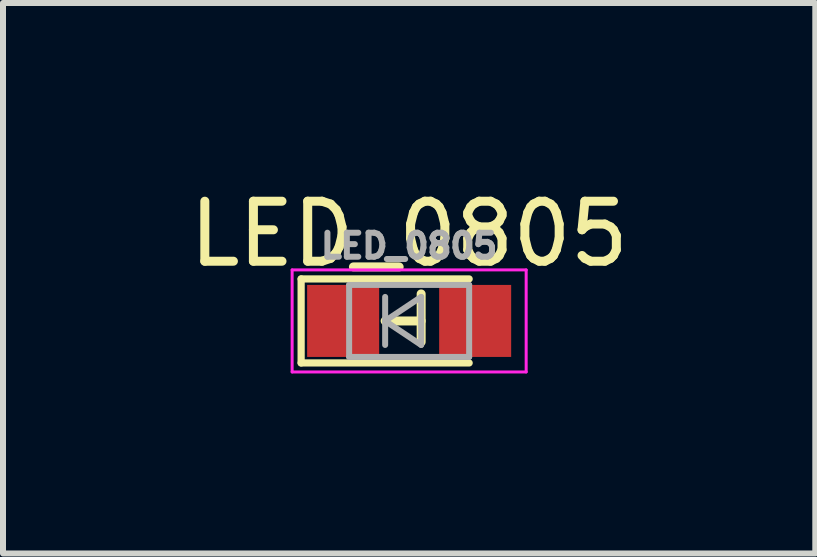
<source format=kicad_pcb>
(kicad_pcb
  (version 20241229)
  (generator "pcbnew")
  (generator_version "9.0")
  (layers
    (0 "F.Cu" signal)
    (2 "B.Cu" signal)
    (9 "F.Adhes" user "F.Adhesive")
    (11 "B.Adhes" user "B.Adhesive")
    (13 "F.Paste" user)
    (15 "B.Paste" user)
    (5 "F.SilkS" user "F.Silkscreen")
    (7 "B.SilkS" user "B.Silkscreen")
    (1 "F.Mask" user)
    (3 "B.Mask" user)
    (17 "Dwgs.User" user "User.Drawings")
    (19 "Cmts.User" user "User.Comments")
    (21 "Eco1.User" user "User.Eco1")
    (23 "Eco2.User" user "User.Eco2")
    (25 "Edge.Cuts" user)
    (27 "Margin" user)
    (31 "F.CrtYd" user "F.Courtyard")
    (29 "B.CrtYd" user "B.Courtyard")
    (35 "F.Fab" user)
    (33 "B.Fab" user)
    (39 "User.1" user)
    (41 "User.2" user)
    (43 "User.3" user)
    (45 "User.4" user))
  (footprint "LED_0805"
    (layer "F.Cu")
    (at 3.768 2.298)
    (property "Reference" "LED_0805" (at 0 -1.45 0) (layer "F.SilkS") (effects (font (size 1 1) (thickness 0.15))))
    (attr smd)
    (fp_line (start -1.8 -0.7) (end -1.8 0.7) (stroke (width 0.12) (type solid)) (layer "F.SilkS"))
    (fp_line (start -1.8 -0.7) (end 1 -0.7) (stroke (width 0.12) (type solid)) (layer "F.SilkS"))
    (fp_line (start -1.8 0.7) (end 1 0.7) (stroke (width 0.12) (type solid)) (layer "F.SilkS"))
    (fp_line (start 0.2 -0.45) (end 0.2 0.35) (stroke (width 0.15) (type solid)) (layer "F.SilkS"))
    (fp_line (start 0.2 0) (end -0.4 0) (stroke (width 0.15) (type solid)) (layer "F.SilkS"))
    (fp_line (start -1.95 -0.85) (end 1.95 -0.85) (stroke (width 0.05) (type solid)) (layer "F.CrtYd"))
    (fp_line (start -1.95 0.85) (end -1.95 -0.85) (stroke (width 0.05) (type solid)) (layer "F.CrtYd"))
    (fp_line (start 1.95 -0.85) (end 1.95 0.85) (stroke (width 0.05) (type solid)) (layer "F.CrtYd"))
    (fp_line (start 1.95 0.85) (end -1.95 0.85) (stroke (width 0.05) (type solid)) (layer "F.CrtYd"))
    (fp_line (start -1 -0.6) (end 1 -0.6) (stroke (width 0.1) (type solid)) (layer "F.Fab"))
    (fp_line (start -1 0.6) (end -1 -0.6) (stroke (width 0.1) (type solid)) (layer "F.Fab"))
    (fp_line (start -0.4 -0.4) (end -0.4 0.4) (stroke (width 0.1) (type solid)) (layer "F.Fab"))
    (fp_line (start -0.4 0) (end 0.2 -0.4) (stroke (width 0.1) (type solid)) (layer "F.Fab"))
    (fp_line (start 0.2 -0.4) (end 0.2 0.4) (stroke (width 0.1) (type solid)) (layer "F.Fab"))
    (fp_line (start 0.2 0.4) (end -0.4 0) (stroke (width 0.1) (type solid)) (layer "F.Fab"))
    (fp_line (start 1 -0.6) (end 1 0.6) (stroke (width 0.1) (type solid)) (layer "F.Fab"))
    (fp_line (start 1 0.6) (end -1 0.6) (stroke (width 0.1) (type solid)) (layer "F.Fab"))
    (fp_text user "${REFERENCE}" (at 0 -1.25 0) (layer "F.Fab") (effects (font (size 0.4 0.4) (thickness 0.1))))
    (pad "1" smd rect (at -1.1 0 180) (size 1.2 1.2) (layers "F.Cu" "F.Mask" "F.Paste"))
    (pad "2" smd rect (at 1.1 0 180) (size 1.2 1.2) (layers "F.Cu" "F.Mask" "F.Paste")))
  (gr_rect
    (start -3 -3)
    (end 10.536 6.173)
    (stroke (width 0.1) (type default))
    (fill no)
    (layer "Edge.Cuts")))
</source>
